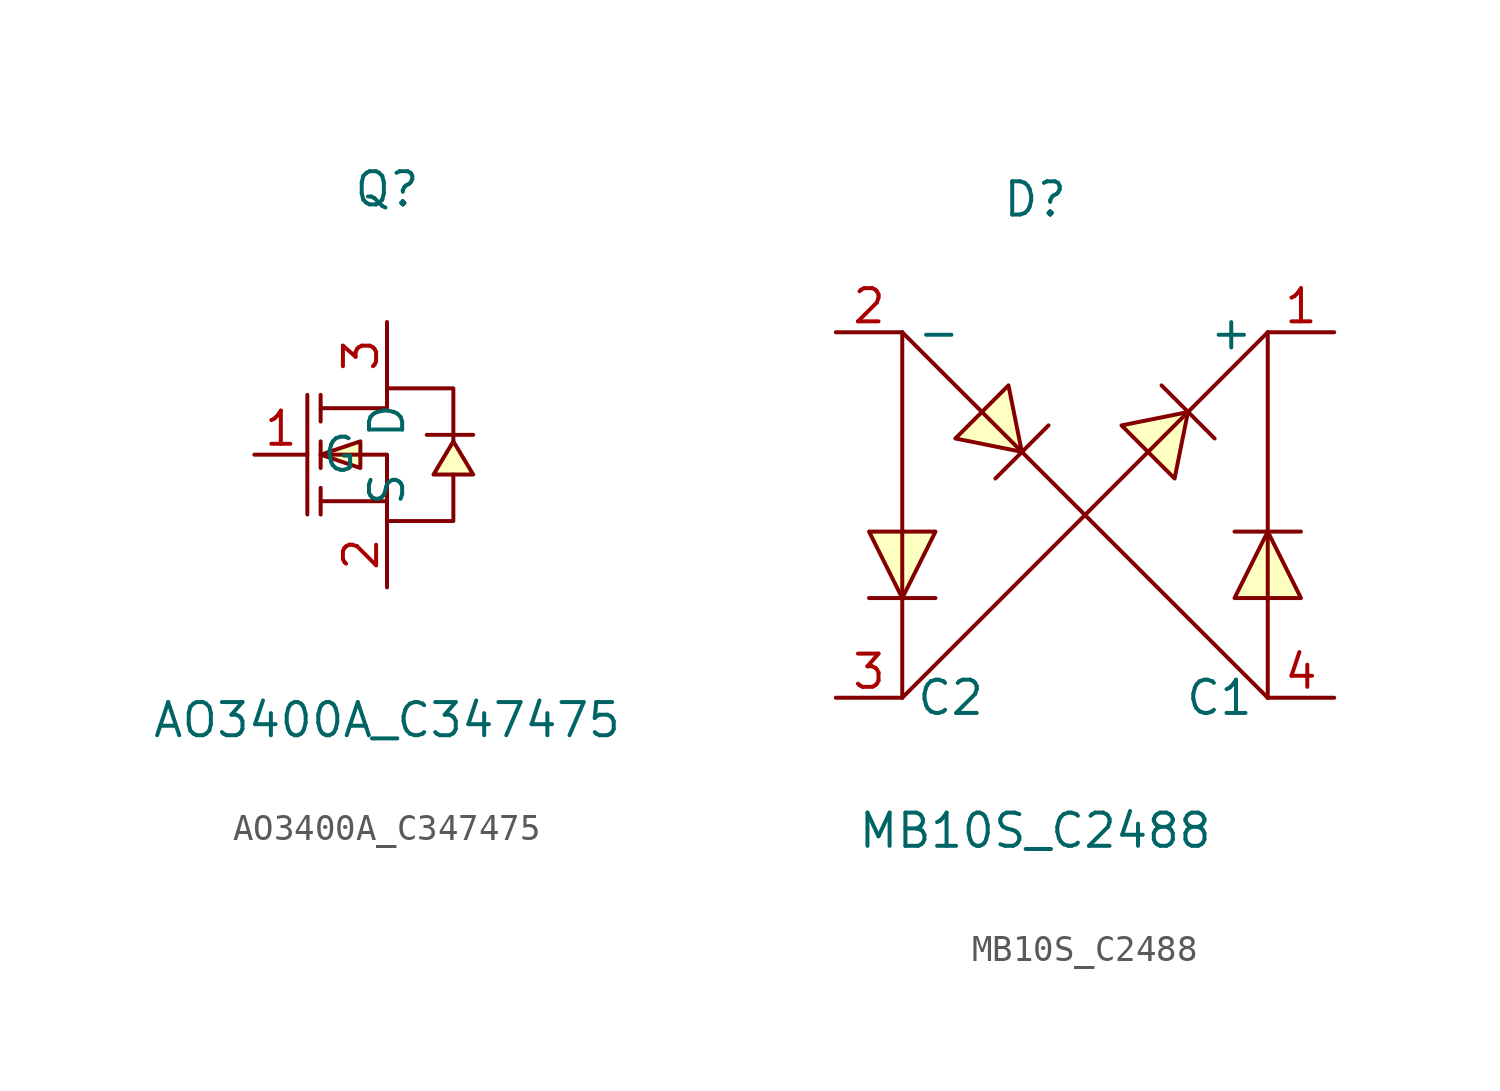
<source format=kicad_sym>
(kicad_symbol_lib
  (version 20241209)
  (generator "kicad_symbol_editor")
  (generator_version "9.0")
  (symbol "AO3400A_C347475"
    (property "Reference" "Q"
      (at 0 10.16 0)
      (effects (font (size 1.27 1.27))))
    (property "Value" "AO3400A_C347475"
      (at 0 -10.16 0)
      (effects (font (size 1.27 1.27))))
    (symbol "AO3400A_C347475_0_1"
      (polyline (pts (xy -3.05 2.29) (xy -3.05 -2.29)) (stroke (width 0) (type default)) (fill (type none)))
      (polyline (pts (xy -2.54 2.29) (xy -2.54 1.27)) (stroke (width 0) (type default)) (fill (type none)))
      (polyline (pts (xy -2.54 1.78) (xy 0 1.78) (xy 0 2.54) (xy 2.54 2.54) (xy 2.54 0.51)) (stroke (width 0) (type default)) (fill (type none)))
      (polyline (pts (xy -2.54 0) (xy -1.02 -0.51) (xy -1.02 0.51) (xy -2.54 0)) (stroke (width 0) (type default)) (fill (type background)))
      (polyline (pts (xy -2.54 0) (xy 0 0) (xy 0 -2.54) (xy 2.54 -2.54) (xy 2.54 -0.76)) (stroke (width 0) (type default)) (fill (type none)))
      (polyline (pts (xy -2.54 -0.51) (xy -2.54 0.51)) (stroke (width 0) (type default)) (fill (type none)))
      (polyline (pts (xy -2.54 -2.29) (xy -2.54 -1.27)) (stroke (width 0) (type default)) (fill (type none)))
      (polyline (pts (xy 0 -1.78) (xy -2.54 -1.78)) (stroke (width 0) (type default)) (fill (type none)))
      (polyline (pts (xy 1.52 0.76) (xy 3.3 0.76)) (stroke (width 0) (type default)) (fill (type none)))
      (polyline (pts (xy 2.54 0.51) (xy 1.78 -0.76) (xy 3.3 -0.76) (xy 2.54 0.51)) (stroke (width 0) (type default)) (fill (type background)))
      (pin unspecified line (at -5.08 0 0) (length 2.032) (name "G" (effects (font (size 1.27 1.27)))) (number "1" (effects (font (size 1.27 1.27)))))
      (pin unspecified line (at 0 5.08 270) (length 2.54) (name "D" (effects (font (size 1.27 1.27)))) (number "3" (effects (font (size 1.27 1.27)))))
      (pin unspecified line (at 0 -5.08 90) (length 2.54) (name "S" (effects (font (size 1.27 1.27)))) (number "2" (effects (font (size 1.27 1.27)))))))
  (symbol "MB10S_C2488"
    (property "Reference" "D"
      (at 0 12.7 0)
      (effects (font (size 1.27 1.27))))
    (property "Value" "MB10S_C2488"
      (at 0 -11.43 0)
      (effects (font (size 1.27 1.27))))
    (symbol "MB10S_C2488_0_1"
      (polyline (pts (xy -6.35 0) (xy -3.81 0) (xy -5.08 -2.54) (xy -6.35 0) (xy -6.35 0)) (stroke (width 0) (type default)) (fill (type background)))
      (polyline (pts (xy -6.35 -2.54) (xy -3.81 -2.54)) (stroke (width 0) (type default)) (fill (type none)))
      (polyline (pts (xy -5.08 7.62) (xy -5.08 -6.35)) (stroke (width 0) (type default)) (fill (type none)))
      (polyline (pts (xy -5.08 7.62) (xy 8.89 -6.35)) (stroke (width 0) (type default)) (fill (type none)))
      (polyline (pts (xy -5.08 -6.35) (xy 8.89 7.62)) (stroke (width 0) (type default)) (fill (type none)))
      (polyline (pts (xy -1.02 5.59) (xy -0.51 3.05) (xy -3.05 3.56) (xy -1.02 5.59)) (stroke (width 0) (type default)) (fill (type background)))
      (polyline (pts (xy 0.51 4.06) (xy -1.52 2.03)) (stroke (width 0) (type default)) (fill (type none)))
      (polyline (pts (xy 3.3 4.06) (xy 5.84 4.57) (xy 5.33 2.03) (xy 3.3 4.06)) (stroke (width 0) (type default)) (fill (type background)))
      (polyline (pts (xy 4.83 5.59) (xy 6.86 3.56)) (stroke (width 0) (type default)) (fill (type none)))
      (polyline (pts (xy 8.89 7.62) (xy 8.89 -6.35)) (stroke (width 0) (type default)) (fill (type none)))
      (polyline (pts (xy 10.16 0) (xy 7.62 0)) (stroke (width 0) (type default)) (fill (type none)))
      (polyline (pts (xy 10.16 -2.54) (xy 7.62 -2.54) (xy 8.89 0) (xy 10.16 -2.54) (xy 10.16 -2.54)) (stroke (width 0) (type default)) (fill (type background)))
      (pin unspecified line (at -7.62 7.62 0) (length 2.54) (name "-" (effects (font (size 1.27 1.27)))) (number "2" (effects (font (size 1.27 1.27)))))
      (pin unspecified line (at -7.62 -6.35 0) (length 2.54) (name "C2" (effects (font (size 1.27 1.27)))) (number "3" (effects (font (size 1.27 1.27)))))
      (pin unspecified line (at 11.43 7.62 180) (length 2.54) (name "+" (effects (font (size 1.27 1.27)))) (number "1" (effects (font (size 1.27 1.27)))))
      (pin unspecified line (at 11.43 -6.35 180) (length 2.54) (name "C1" (effects (font (size 1.27 1.27)))) (number "4" (effects (font (size 1.27 1.27))))))))
</source>
